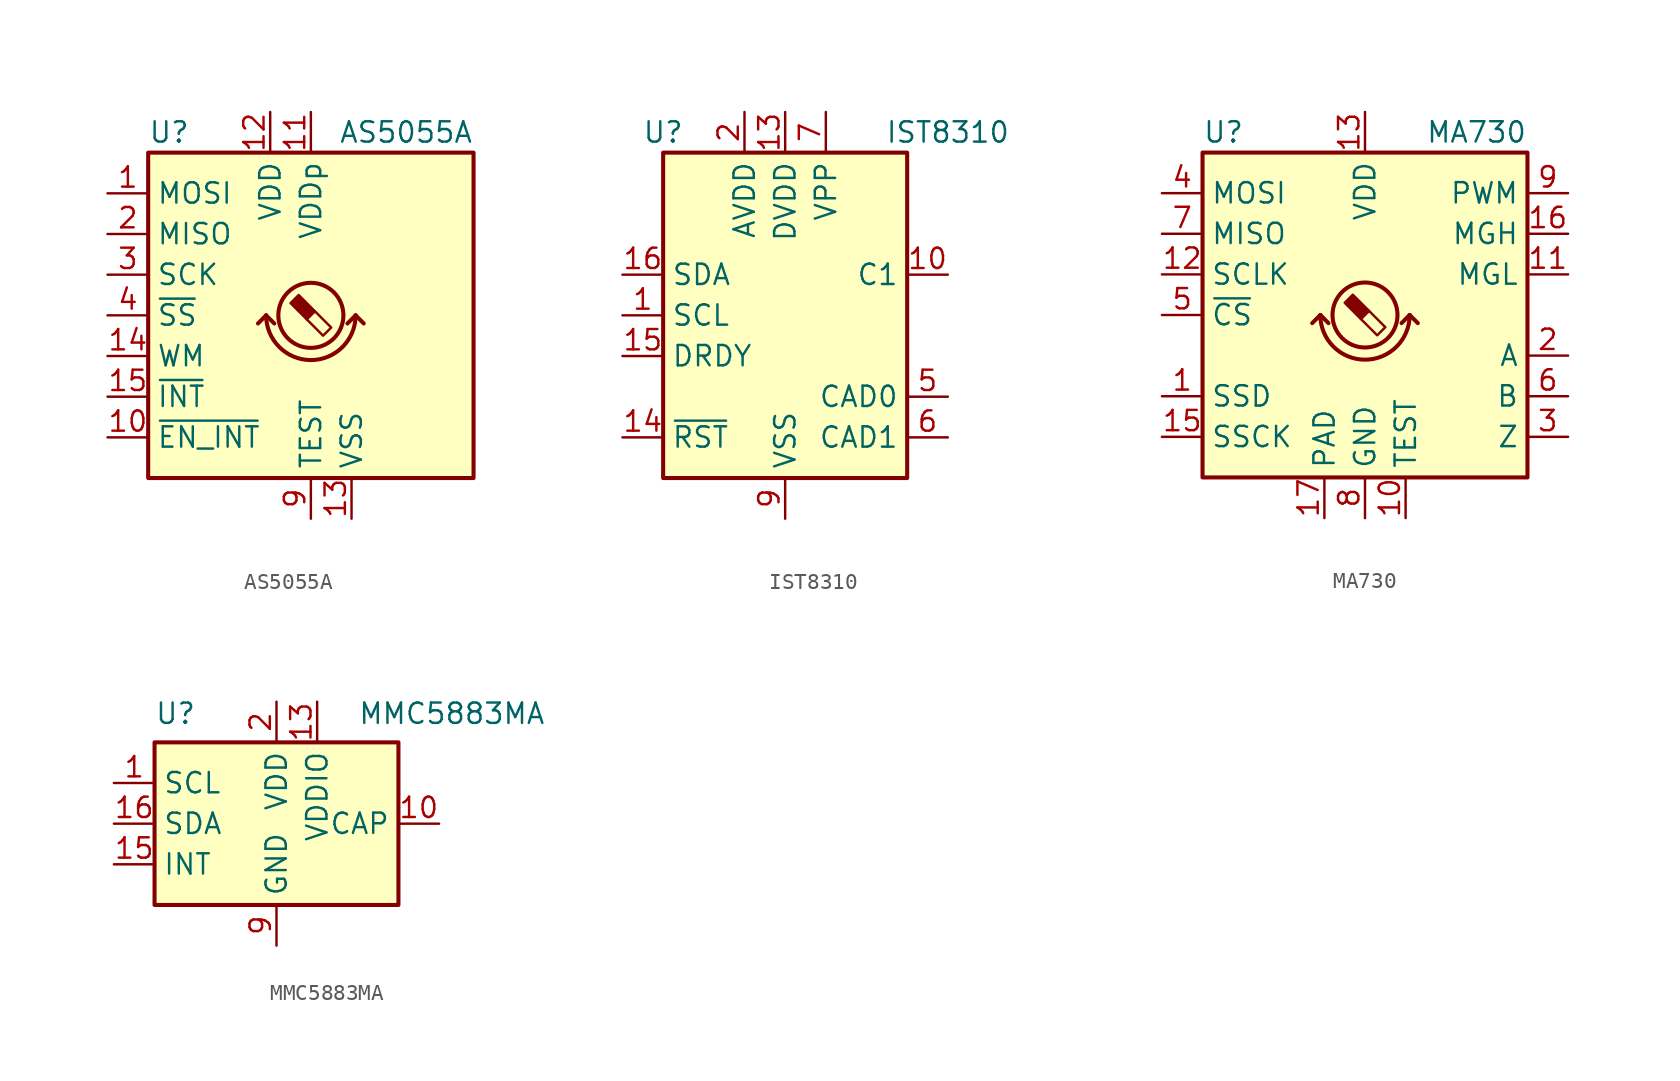
<source format=kicad_sym>
(kicad_symbol_lib
  (version 20200908)
  (generator kicad_symbol_editor)
  (symbol "Sensor_Magnetic:AS5055A"
    (property "Reference" "U"
      (at -10.16 11.43 0)
      (effects (font (size 1.27 1.27)) (justify left)))
    (property "Value" "AS5055A"
      (at 10.16 11.43 0)
      (effects (font (size 1.27 1.27)) (justify right)))
    (symbol "AS5055A_0_1"
      (arc (start -2.794 0) (end 2.794 0) (radius (at 0 0) (length 2.794) (angles -179.9 -0.1)) (stroke (width 0.254)) (fill (type none)))
      (rectangle (start -10.16 10.16) (end 10.16 -10.16) (stroke (width 0.254)) (fill (type background)))
      (polyline (pts (xy -2.794 0) (xy -3.302 -0.508)) (stroke (width 0.254)) (fill (type none)))
      (polyline (pts (xy -2.794 0) (xy -2.286 -0.508)) (stroke (width 0.254)) (fill (type none)))
      (polyline (pts (xy 2.794 0) (xy 2.286 -0.508)) (stroke (width 0.254)) (fill (type none)))
      (polyline (pts (xy 2.794 0) (xy 3.302 -0.508)) (stroke (width 0.254)) (fill (type none))))
    (symbol "AS5055A_1_1"
      (circle (center 0 0) (radius 2.032) (stroke (width 0.254)) (fill (type none)))
      (polyline (pts (xy 0.254 0.254) (xy 1.27 -0.762) (xy 0.762 -1.27) (xy -0.254 -0.254)) (stroke (width 0)) (fill (type none)))
      (polyline (pts (xy -0.762 1.27) (xy 0.254 0.254) (xy -0.254 -0.254) (xy -1.27 0.762) (xy -1.016 1.016) (xy -0.762 1.27) (xy -0.635 1.143)) (stroke (width 0)) (fill (type outline)))
      (pin input line (at -12.7 7.62 0) (length 2.54) (name "MOSI" (effects (font (size 1.27 1.27)))) (number "1" (effects (font (size 1.27 1.27)))))
      (pin input line (at -12.7 -7.62 0) (length 2.54) (name "~EN_INT" (effects (font (size 1.27 1.27)))) (number "10" (effects (font (size 1.27 1.27)))))
      (pin power_in line (at 0 12.7 270) (length 2.54) (name "VDDp" (effects (font (size 1.27 1.27)))) (number "11" (effects (font (size 1.27 1.27)))))
      (pin power_in line (at -2.54 12.7 270) (length 2.54) (name "VDD" (effects (font (size 1.27 1.27)))) (number "12" (effects (font (size 1.27 1.27)))))
      (pin power_in line (at 2.54 -12.7 90) (length 2.54) (name "VSS" (effects (font (size 1.27 1.27)))) (number "13" (effects (font (size 1.27 1.27)))))
      (pin input line (at -12.7 -2.54 0) (length 2.54) (name "WM" (effects (font (size 1.27 1.27)))) (number "14" (effects (font (size 1.27 1.27)))))
      (pin output line (at -12.7 -5.08 0) (length 2.54) (name "~INT" (effects (font (size 1.27 1.27)))) (number "15" (effects (font (size 1.27 1.27)))))
      (pin unconnected line (at 5.08 -10.16 90) (length 2.54) hide (name "NC" (effects (font (size 1.27 1.27)))) (number "16" (effects (font (size 1.27 1.27)))))
      (pin unconnected line (at 7.62 -10.16 90) (length 2.54) hide (name "NC" (effects (font (size 1.27 1.27)))) (number "17" (effects (font (size 1.27 1.27)))))
      (pin output line (at -12.7 5.08 0) (length 2.54) (name "MISO" (effects (font (size 1.27 1.27)))) (number "2" (effects (font (size 1.27 1.27)))))
      (pin input line (at -12.7 2.54 0) (length 2.54) (name "SCK" (effects (font (size 1.27 1.27)))) (number "3" (effects (font (size 1.27 1.27)))))
      (pin input line (at -12.7 0 0) (length 2.54) (name "~SS" (effects (font (size 1.27 1.27)))) (number "4" (effects (font (size 1.27 1.27)))))
      (pin unconnected line (at 10.16 7.62 180) (length 2.54) hide (name "NC" (effects (font (size 1.27 1.27)))) (number "5" (effects (font (size 1.27 1.27)))))
      (pin unconnected line (at 10.16 5.08 180) (length 2.54) hide (name "NC" (effects (font (size 1.27 1.27)))) (number "6" (effects (font (size 1.27 1.27)))))
      (pin unconnected line (at 10.16 2.54 180) (length 2.54) hide (name "NC" (effects (font (size 1.27 1.27)))) (number "7" (effects (font (size 1.27 1.27)))))
      (pin unconnected line (at 10.16 0 180) (length 2.54) hide (name "NC" (effects (font (size 1.27 1.27)))) (number "8" (effects (font (size 1.27 1.27)))))
      (pin passive line (at 0 -12.7 90) (length 2.54) (name "TEST" (effects (font (size 1.27 1.27)))) (number "9" (effects (font (size 1.27 1.27)))))))
  (symbol "Sensor_Magnetic:IST8310"
    (property "Reference" "U"
      (at -7.62 11.43 0)
      (effects (font (size 1.27 1.27))))
    (property "Value" "IST8310"
      (at 10.16 11.43 0)
      (effects (font (size 1.27 1.27))))
    (symbol "IST8310_0_1"
      (rectangle (start -7.62 10.16) (end 7.62 -10.16) (stroke (width 0.254)) (fill (type background))))
    (symbol "IST8310_1_1"
      (pin input line (at -10.16 0 0) (length 2.54) (name "SCL" (effects (font (size 1.27 1.27)))) (number "1" (effects (font (size 1.27 1.27)))))
      (pin passive line (at 10.16 2.54 180) (length 2.54) (name "C1" (effects (font (size 1.27 1.27)))) (number "10" (effects (font (size 1.27 1.27)))))
      (pin passive line (at 0 -12.7 90) (length 2.54) hide (name "VSS" (effects (font (size 1.27 1.27)))) (number "11" (effects (font (size 1.27 1.27)))))
      (pin unconnected line (at 7.62 7.62 180) (length 2.54) hide (name "NC" (effects (font (size 1.27 1.27)))) (number "12" (effects (font (size 1.27 1.27)))))
      (pin power_in line (at 0 12.7 270) (length 2.54) (name "DVDD" (effects (font (size 1.27 1.27)))) (number "13" (effects (font (size 1.27 1.27)))))
      (pin input line (at -10.16 -7.62 0) (length 2.54) (name "~RST" (effects (font (size 1.27 1.27)))) (number "14" (effects (font (size 1.27 1.27)))))
      (pin output line (at -10.16 -2.54 0) (length 2.54) (name "DRDY" (effects (font (size 1.27 1.27)))) (number "15" (effects (font (size 1.27 1.27)))))
      (pin bidirectional line (at -10.16 2.54 0) (length 2.54) (name "SDA" (effects (font (size 1.27 1.27)))) (number "16" (effects (font (size 1.27 1.27)))))
      (pin power_in line (at -2.54 12.7 270) (length 2.54) (name "AVDD" (effects (font (size 1.27 1.27)))) (number "2" (effects (font (size 1.27 1.27)))))
      (pin unconnected line (at -7.62 7.62 0) (length 2.54) hide (name "NC" (effects (font (size 1.27 1.27)))) (number "3" (effects (font (size 1.27 1.27)))))
      (pin unconnected line (at -7.62 5.08 0) (length 2.54) hide (name "NC" (effects (font (size 1.27 1.27)))) (number "4" (effects (font (size 1.27 1.27)))))
      (pin input line (at 10.16 -5.08 180) (length 2.54) (name "CAD0" (effects (font (size 1.27 1.27)))) (number "5" (effects (font (size 1.27 1.27)))))
      (pin input line (at 10.16 -7.62 180) (length 2.54) (name "CAD1" (effects (font (size 1.27 1.27)))) (number "6" (effects (font (size 1.27 1.27)))))
      (pin passive line (at 2.54 12.7 270) (length 2.54) (name "VPP" (effects (font (size 1.27 1.27)))) (number "7" (effects (font (size 1.27 1.27)))))
      (pin unconnected line (at 7.62 5.08 180) (length 2.54) hide (name "NC" (effects (font (size 1.27 1.27)))) (number "8" (effects (font (size 1.27 1.27)))))
      (pin power_in line (at 0 -12.7 90) (length 2.54) (name "VSS" (effects (font (size 1.27 1.27)))) (number "9" (effects (font (size 1.27 1.27)))))))
  (symbol "Sensor_Magnetic:MA730"
    (property "Reference" "U"
      (at -10.16 11.43 0)
      (effects (font (size 1.27 1.27)) (justify left)))
    (property "Value" "MA730"
      (at 10.16 11.43 0)
      (effects (font (size 1.27 1.27)) (justify right)))
    (symbol "MA730_0_1"
      (arc (start -2.794 0) (end 2.794 0) (radius (at 0 0) (length 2.794) (angles -179.9 -0.1)) (stroke (width 0.254)) (fill (type none)))
      (rectangle (start -10.16 10.16) (end 10.16 -10.16) (stroke (width 0.254)) (fill (type background)))
      (polyline (pts (xy -2.794 0) (xy -3.302 -0.508)) (stroke (width 0.254)) (fill (type none)))
      (polyline (pts (xy -2.794 0) (xy -2.286 -0.508)) (stroke (width 0.254)) (fill (type none)))
      (polyline (pts (xy 2.794 0) (xy 2.286 -0.508)) (stroke (width 0.254)) (fill (type none)))
      (polyline (pts (xy 2.794 0) (xy 3.302 -0.508)) (stroke (width 0.254)) (fill (type none))))
    (symbol "MA730_1_1"
      (circle (center 0 0) (radius 2.032) (stroke (width 0.254)) (fill (type none)))
      (polyline (pts (xy 0.254 0.254) (xy 1.27 -0.762) (xy 0.762 -1.27) (xy -0.254 -0.254)) (stroke (width 0)) (fill (type none)))
      (polyline (pts (xy -0.762 1.27) (xy 0.254 0.254) (xy -0.254 -0.254) (xy -1.27 0.762) (xy -1.016 1.016) (xy -0.762 1.27) (xy -0.635 1.143)) (stroke (width 0)) (fill (type outline)))
      (pin output line (at -12.7 -5.08 0) (length 2.54) (name "SSD" (effects (font (size 1.27 1.27)))) (number "1" (effects (font (size 1.27 1.27)))))
      (pin passive line (at 2.54 -12.7 90) (length 2.54) (name "TEST" (effects (font (size 1.27 1.27)))) (number "10" (effects (font (size 1.27 1.27)))))
      (pin output line (at 12.7 2.54 180) (length 2.54) (name "MGL" (effects (font (size 1.27 1.27)))) (number "11" (effects (font (size 1.27 1.27)))))
      (pin input line (at -12.7 2.54 0) (length 2.54) (name "SCLK" (effects (font (size 1.27 1.27)))) (number "12" (effects (font (size 1.27 1.27)))))
      (pin power_in line (at 0 12.7 270) (length 2.54) (name "VDD" (effects (font (size 1.27 1.27)))) (number "13" (effects (font (size 1.27 1.27)))))
      (pin unconnected line (at 5.08 -10.16 90) (length 2.54) hide (name "NC" (effects (font (size 1.27 1.27)))) (number "14" (effects (font (size 1.27 1.27)))))
      (pin input line (at -12.7 -7.62 0) (length 2.54) (name "SSCK" (effects (font (size 1.27 1.27)))) (number "15" (effects (font (size 1.27 1.27)))))
      (pin output line (at 12.7 5.08 180) (length 2.54) (name "MGH" (effects (font (size 1.27 1.27)))) (number "16" (effects (font (size 1.27 1.27)))))
      (pin input line (at -2.54 -12.7 90) (length 2.54) (name "PAD" (effects (font (size 1.27 1.27)))) (number "17" (effects (font (size 1.27 1.27)))))
      (pin output line (at 12.7 -2.54 180) (length 2.54) (name "A" (effects (font (size 1.27 1.27)))) (number "2" (effects (font (size 1.27 1.27)))))
      (pin output line (at 12.7 -7.62 180) (length 2.54) (name "Z" (effects (font (size 1.27 1.27)))) (number "3" (effects (font (size 1.27 1.27)))))
      (pin input line (at -12.7 7.62 0) (length 2.54) (name "MOSI" (effects (font (size 1.27 1.27)))) (number "4" (effects (font (size 1.27 1.27)))))
      (pin input line (at -12.7 0 0) (length 2.54) (name "~CS" (effects (font (size 1.27 1.27)))) (number "5" (effects (font (size 1.27 1.27)))))
      (pin output line (at 12.7 -5.08 180) (length 2.54) (name "B" (effects (font (size 1.27 1.27)))) (number "6" (effects (font (size 1.27 1.27)))))
      (pin output line (at -12.7 5.08 0) (length 2.54) (name "MISO" (effects (font (size 1.27 1.27)))) (number "7" (effects (font (size 1.27 1.27)))))
      (pin power_in line (at 0 -12.7 90) (length 2.54) (name "GND" (effects (font (size 1.27 1.27)))) (number "8" (effects (font (size 1.27 1.27)))))
      (pin output line (at 12.7 7.62 180) (length 2.54) (name "PWM" (effects (font (size 1.27 1.27)))) (number "9" (effects (font (size 1.27 1.27)))))))
  (symbol "Sensor_Magnetic:MMC5883MA"
    (property "Reference" "U"
      (at -7.62 7.62 0)
      (effects (font (size 1.27 1.27)) (justify left top)))
    (property "Value" "MMC5883MA"
      (at 5.08 7.62 0)
      (effects (font (size 1.27 1.27)) (justify left top)))
    (symbol "MMC5883MA_0_1"
      (rectangle (start -7.62 -5.08) (end 7.62 5.08) (stroke (width 0.254)) (fill (type background))))
    (symbol "MMC5883MA_1_1"
      (pin input line (at -10.16 2.54 0) (length 2.54) (name "SCL" (effects (font (size 1.27 1.27)))) (number "1" (effects (font (size 1.27 1.27)))))
      (pin passive line (at 10.16 0 180) (length 2.54) (name "CAP" (effects (font (size 1.27 1.27)))) (number "10" (effects (font (size 1.27 1.27)))))
      (pin passive line (at 0 -7.62 90) (length 2.54) hide (name "GND" (effects (font (size 1.27 1.27)))) (number "11" (effects (font (size 1.27 1.27)))))
      (pin unconnected line (at 5.08 -5.08 90) (length 2.54) hide (name "NC" (effects (font (size 1.27 1.27)))) (number "12" (effects (font (size 1.27 1.27)))))
      (pin power_in line (at 2.54 7.62 270) (length 2.54) (name "VDDIO" (effects (font (size 1.27 1.27)))) (number "13" (effects (font (size 1.27 1.27)))))
      (pin unconnected line (at -2.54 -5.08 90) (length 2.54) hide (name "NC" (effects (font (size 1.27 1.27)))) (number "14" (effects (font (size 1.27 1.27)))))
      (pin output line (at -10.16 -2.54 0) (length 2.54) (name "INT" (effects (font (size 1.27 1.27)))) (number "15" (effects (font (size 1.27 1.27)))))
      (pin bidirectional line (at -10.16 0 0) (length 2.54) (name "SDA" (effects (font (size 1.27 1.27)))) (number "16" (effects (font (size 1.27 1.27)))))
      (pin power_in line (at 0 7.62 270) (length 2.54) (name "VDD" (effects (font (size 1.27 1.27)))) (number "2" (effects (font (size 1.27 1.27)))))
      (pin unconnected line (at 7.62 -5.08 180) (length 2.54) hide (name "NC" (effects (font (size 1.27 1.27)))) (number "3" (effects (font (size 1.27 1.27)))))
      (pin unconnected line (at 7.62 2.54 180) (length 2.54) hide (name "NC" (effects (font (size 1.27 1.27)))) (number "4" (effects (font (size 1.27 1.27)))))
      (pin unconnected line (at 7.62 5.08 180) (length 2.54) hide (name "NC" (effects (font (size 1.27 1.27)))) (number "5" (effects (font (size 1.27 1.27)))))
      (pin unconnected line (at 7.62 -2.54 180) (length 2.54) hide (name "NC" (effects (font (size 1.27 1.27)))) (number "6" (effects (font (size 1.27 1.27)))))
      (pin unconnected line (at -5.08 -5.08 90) (length 2.54) hide (name "NC" (effects (font (size 1.27 1.27)))) (number "7" (effects (font (size 1.27 1.27)))))
      (pin unconnected line (at 2.54 -5.08 90) (length 2.54) hide (name "NC" (effects (font (size 1.27 1.27)))) (number "8" (effects (font (size 1.27 1.27)))))
      (pin power_in line (at 0 -7.62 90) (length 2.54) (name "GND" (effects (font (size 1.27 1.27)))) (number "9" (effects (font (size 1.27 1.27))))))))
</source>
